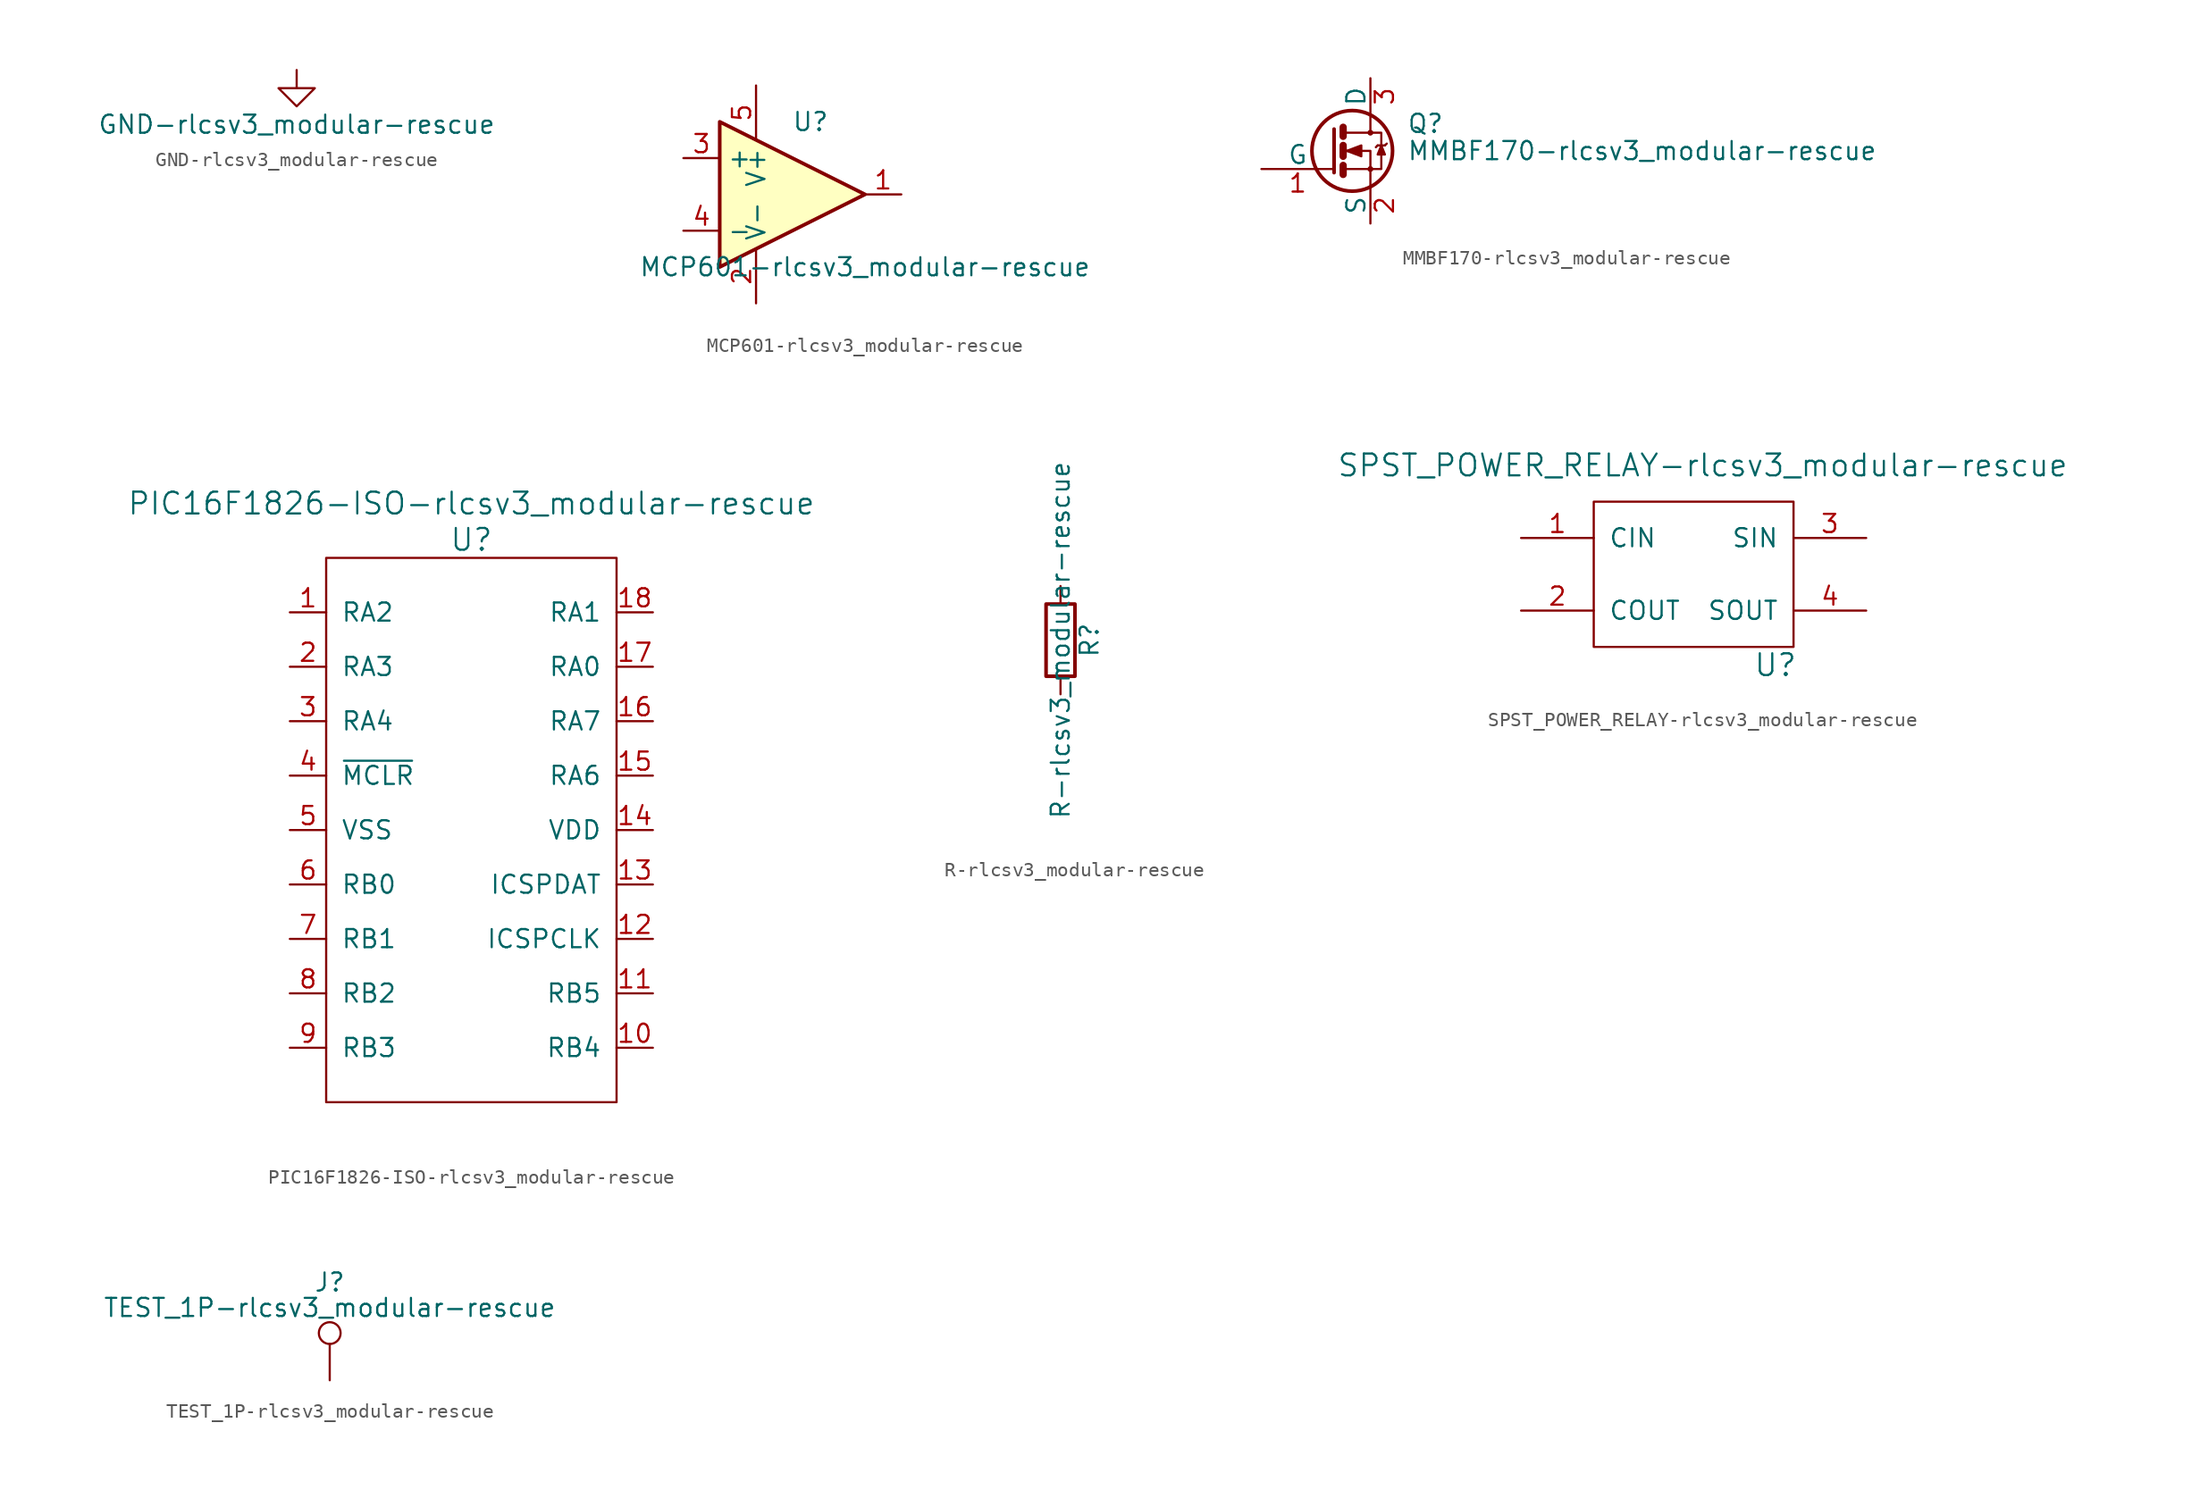
<source format=kicad_sym>
(kicad_symbol_lib
  (version 20211014)
  (generator kicad_symbol_editor)
  (symbol "GND-rlcsv3_modular-rescue"
    (power)
    (pin_names
      (offset 0))
    (property "Reference" "#PWR"
      (at 0 -6.35 0)
      (effects (font (size 1.27 1.27)) hide))
    (property "Value" "GND-rlcsv3_modular-rescue"
      (at 0 -3.81 0)
      (effects (font (size 1.27 1.27))))
    (symbol "GND-rlcsv3_modular-rescue_0_1"
      (polyline (pts (xy 0 0) (xy 0 -1.27) (xy 1.27 -1.27) (xy 0 -2.54) (xy -1.27 -1.27) (xy 0 -1.27)) (stroke (width 0) (type default) (color 0 0 0 0)) (fill (type none))))
    (symbol "GND-rlcsv3_modular-rescue_1_1"
      (pin power_in line (at 0 0 270) (length 0) hide (name "GND" (effects (font (size 1.27 1.27)))) (number "1" (effects (font (size 1.27 1.27)))))))
  (symbol "MCP601-rlcsv3_modular-rescue"
    (property "Reference" "U"
      (at 1.27 5.08 0)
      (effects (font (size 1.27 1.27))))
    (property "Value" "MCP601-rlcsv3_modular-rescue"
      (at 5.08 -5.08 0)
      (effects (font (size 1.27 1.27))))
    (property "Footprint" ""
      (at -1.27 2.54 0)
      (effects (font (size 1.27 1.27))))
    (property "Datasheet" ""
      (at 1.27 5.08 0)
      (effects (font (size 1.27 1.27))))
    (symbol "MCP601-rlcsv3_modular-rescue_0_1"
      (polyline (pts (xy -5.08 5.08) (xy 5.08 0) (xy -5.08 -5.08) (xy -5.08 5.08)) (stroke (width 0.254) (type default) (color 0 0 0 0)) (fill (type background))))
    (symbol "MCP601-rlcsv3_modular-rescue_1_1"
      (pin output line (at 7.62 0 180) (length 2.54) (name "~" (effects (font (size 1.27 1.27)))) (number "1" (effects (font (size 1.27 1.27)))))
      (pin input line (at -2.54 -7.62 90) (length 3.81) (name "V-" (effects (font (size 1.27 1.27)))) (number "2" (effects (font (size 1.27 1.27)))))
      (pin input line (at -7.62 2.54 0) (length 2.54) (name "+" (effects (font (size 1.27 1.27)))) (number "3" (effects (font (size 1.27 1.27)))))
      (pin input line (at -7.62 -2.54 0) (length 2.54) (name "-" (effects (font (size 1.27 1.27)))) (number "4" (effects (font (size 1.27 1.27)))))
      (pin input line (at -2.54 7.62 270) (length 3.81) (name "V+" (effects (font (size 1.27 1.27)))) (number "5" (effects (font (size 1.27 1.27)))))))
  (symbol "MMBF170-rlcsv3_modular-rescue"
    (pin_names
      (offset 0))
    (property "Reference" "Q"
      (at 5.08 1.905 0)
      (effects (font (size 1.27 1.27)) (justify left)))
    (property "Value" "MMBF170-rlcsv3_modular-rescue"
      (at 5.08 0 0)
      (effects (font (size 1.27 1.27)) (justify left)))
    (symbol "MMBF170-rlcsv3_modular-rescue_0_1"
      (polyline (pts (xy 0.635 -1.016) (xy 0.635 -1.651)) (stroke (width 0.508) (type default) (color 0 0 0 0)) (fill (type none)))
      (polyline (pts (xy 0.635 0.381) (xy 0.635 -0.381)) (stroke (width 0.508) (type default) (color 0 0 0 0)) (fill (type none)))
      (polyline (pts (xy 0.635 1.651) (xy 0.635 1.016)) (stroke (width 0.508) (type default) (color 0 0 0 0)) (fill (type none)))
      (polyline (pts (xy 3.048 0.381) (xy 2.921 0.254)) (stroke (width 0) (type default) (color 0 0 0 0)) (fill (type none)))
      (polyline (pts (xy 3.048 0.381) (xy 3.556 0.381)) (stroke (width 0) (type default) (color 0 0 0 0)) (fill (type none)))
      (polyline (pts (xy 3.556 0.381) (xy 3.683 0.508)) (stroke (width 0) (type default) (color 0 0 0 0)) (fill (type none)))
      (polyline (pts (xy 0 1.524) (xy 0 -1.524) (xy 0 -1.524)) (stroke (width 0.254) (type default) (color 0 0 0 0)) (fill (type none)))
      (polyline (pts (xy 0.762 -1.27) (xy 2.54 -1.27) (xy 2.54 -2.54) (xy 2.54 -2.54)) (stroke (width 0) (type default) (color 0 0 0 0)) (fill (type none)))
      (polyline (pts (xy 0.762 1.27) (xy 2.54 1.27) (xy 2.54 2.54) (xy 2.54 2.54)) (stroke (width 0) (type default) (color 0 0 0 0)) (fill (type none)))
      (polyline (pts (xy 2.54 1.27) (xy 3.302 1.27) (xy 3.302 -1.27) (xy 2.54 -1.27)) (stroke (width 0) (type default) (color 0 0 0 0)) (fill (type none)))
      (polyline (pts (xy 3.302 0.381) (xy 3.048 -0.254) (xy 3.556 -0.254) (xy 3.302 0.381)) (stroke (width 0) (type default) (color 0 0 0 0)) (fill (type outline)))
      (polyline (pts (xy 0.762 0) (xy 1.27 0) (xy 2.54 0) (xy 2.54 -1.27) (xy 2.54 -1.27)) (stroke (width 0) (type default) (color 0 0 0 0)) (fill (type none)))
      (polyline (pts (xy 0.889 0) (xy 1.905 0.381) (xy 1.905 -0.381) (xy 0.889 0) (xy 1.016 0) (xy 1.016 0)) (stroke (width 0) (type default) (color 0 0 0 0)) (fill (type outline)))
      (circle (center 1.27 0) (radius 2.819) (stroke (width 0.254) (type default) (color 0 0 0 0)) (fill (type none)))
      (circle (center 2.54 -1.27) (radius 0.127) (stroke (width 0) (type default) (color 0 0 0 0)) (fill (type none)))
      (circle (center 2.54 1.27) (radius 0.127) (stroke (width 0) (type default) (color 0 0 0 0)) (fill (type none))))
    (symbol "MMBF170-rlcsv3_modular-rescue_1_1"
      (pin input line (at -5.08 -1.27 0) (length 5.08) (name "G" (effects (font (size 1.27 1.27)))) (number "1" (effects (font (size 1.27 1.27)))))
      (pin passive line (at 2.54 -5.08 90) (length 2.54) (name "S" (effects (font (size 1.27 1.27)))) (number "2" (effects (font (size 1.27 1.27)))))
      (pin passive line (at 2.54 5.08 270) (length 2.54) (name "D" (effects (font (size 1.27 1.27)))) (number "3" (effects (font (size 1.27 1.27)))))))
  (symbol "PIC16F1826-ISO-rlcsv3_modular-rescue"
    (pin_names
      (offset 1.016))
    (property "Reference" "U"
      (at 0 11.43 0)
      (effects (font (size 1.524 1.524))))
    (property "Value" "PIC16F1826-ISO-rlcsv3_modular-rescue"
      (at 0 13.97 0)
      (effects (font (size 1.524 1.524))))
    (symbol "PIC16F1826-ISO-rlcsv3_modular-rescue_0_1"
      (rectangle (start -10.16 10.16) (end 10.16 -27.94) (stroke (width 0) (type default) (color 0 0 0 0)) (fill (type none))))
    (symbol "PIC16F1826-ISO-rlcsv3_modular-rescue_1_1"
      (pin input line (at -12.7 6.35 0) (length 2.54) (name "RA2" (effects (font (size 1.27 1.27)))) (number "1" (effects (font (size 1.27 1.27)))))
      (pin input line (at 12.7 -24.13 180) (length 2.54) (name "RB4" (effects (font (size 1.27 1.27)))) (number "10" (effects (font (size 1.27 1.27)))))
      (pin input line (at 12.7 -20.32 180) (length 2.54) (name "RB5" (effects (font (size 1.27 1.27)))) (number "11" (effects (font (size 1.27 1.27)))))
      (pin input line (at 12.7 -16.51 180) (length 2.54) (name "ICSPCLK" (effects (font (size 1.27 1.27)))) (number "12" (effects (font (size 1.27 1.27)))))
      (pin input line (at 12.7 -12.7 180) (length 2.54) (name "ICSPDAT" (effects (font (size 1.27 1.27)))) (number "13" (effects (font (size 1.27 1.27)))))
      (pin input line (at 12.7 -8.89 180) (length 2.54) (name "VDD" (effects (font (size 1.27 1.27)))) (number "14" (effects (font (size 1.27 1.27)))))
      (pin input line (at 12.7 -5.08 180) (length 2.54) (name "RA6" (effects (font (size 1.27 1.27)))) (number "15" (effects (font (size 1.27 1.27)))))
      (pin input line (at 12.7 -1.27 180) (length 2.54) (name "RA7" (effects (font (size 1.27 1.27)))) (number "16" (effects (font (size 1.27 1.27)))))
      (pin input line (at 12.7 2.54 180) (length 2.54) (name "RA0" (effects (font (size 1.27 1.27)))) (number "17" (effects (font (size 1.27 1.27)))))
      (pin input line (at 12.7 6.35 180) (length 2.54) (name "RA1" (effects (font (size 1.27 1.27)))) (number "18" (effects (font (size 1.27 1.27)))))
      (pin input line (at -12.7 2.54 0) (length 2.54) (name "RA3" (effects (font (size 1.27 1.27)))) (number "2" (effects (font (size 1.27 1.27)))))
      (pin input line (at -12.7 -1.27 0) (length 2.54) (name "RA4" (effects (font (size 1.27 1.27)))) (number "3" (effects (font (size 1.27 1.27)))))
      (pin input line (at -12.7 -5.08 0) (length 2.54) (name "~{MCLR}" (effects (font (size 1.27 1.27)))) (number "4" (effects (font (size 1.27 1.27)))))
      (pin input line (at -12.7 -8.89 0) (length 2.54) (name "VSS" (effects (font (size 1.27 1.27)))) (number "5" (effects (font (size 1.27 1.27)))))
      (pin input line (at -12.7 -12.7 0) (length 2.54) (name "RB0" (effects (font (size 1.27 1.27)))) (number "6" (effects (font (size 1.27 1.27)))))
      (pin input line (at -12.7 -16.51 0) (length 2.54) (name "RB1" (effects (font (size 1.27 1.27)))) (number "7" (effects (font (size 1.27 1.27)))))
      (pin input line (at -12.7 -20.32 0) (length 2.54) (name "RB2" (effects (font (size 1.27 1.27)))) (number "8" (effects (font (size 1.27 1.27)))))
      (pin input line (at -12.7 -24.13 0) (length 2.54) (name "RB3" (effects (font (size 1.27 1.27)))) (number "9" (effects (font (size 1.27 1.27)))))))
  (symbol "R-rlcsv3_modular-rescue"
    (pin_numbers hide)
    (pin_names
      (offset 0))
    (property "Reference" "R"
      (at 2.032 0 90)
      (effects (font (size 1.27 1.27))))
    (property "Value" "R-rlcsv3_modular-rescue"
      (at 0 0 90)
      (effects (font (size 1.27 1.27))))
    (symbol "R-rlcsv3_modular-rescue_0_1"
      (rectangle (start -1.016 -2.54) (end 1.016 2.54) (stroke (width 0.254) (type default) (color 0 0 0 0)) (fill (type none))))
    (symbol "R-rlcsv3_modular-rescue_1_1"
      (pin passive line (at 0 3.81 270) (length 1.27) (name "~" (effects (font (size 1.27 1.27)))) (number "1" (effects (font (size 1.27 1.27)))))
      (pin passive line (at 0 -3.81 90) (length 1.27) (name "~" (effects (font (size 1.27 1.27)))) (number "2" (effects (font (size 1.27 1.27)))))))
  (symbol "SPST_POWER_RELAY-rlcsv3_modular-rescue"
    (pin_names
      (offset 1.016))
    (property "Reference" "U"
      (at 5.08 -13.97 0)
      (effects (font (size 1.524 1.524))))
    (property "Value" "SPST_POWER_RELAY-rlcsv3_modular-rescue"
      (at 0 0 0)
      (effects (font (size 1.524 1.524))))
    (symbol "SPST_POWER_RELAY-rlcsv3_modular-rescue_0_1"
      (rectangle (start -7.62 -2.54) (end 6.35 -12.7) (stroke (width 0) (type default) (color 0 0 0 0)) (fill (type none))))
    (symbol "SPST_POWER_RELAY-rlcsv3_modular-rescue_1_1"
      (pin input line (at -12.7 -5.08 0) (length 5.08) (name "CIN" (effects (font (size 1.27 1.27)))) (number "1" (effects (font (size 1.27 1.27)))))
      (pin output line (at -12.7 -10.16 0) (length 5.08) (name "COUT" (effects (font (size 1.27 1.27)))) (number "2" (effects (font (size 1.27 1.27)))))
      (pin input line (at 11.43 -5.08 180) (length 5.08) (name "SIN" (effects (font (size 1.27 1.27)))) (number "3" (effects (font (size 1.27 1.27)))))
      (pin output line (at 11.43 -10.16 180) (length 5.08) (name "SOUT" (effects (font (size 1.27 1.27)))) (number "4" (effects (font (size 1.27 1.27)))))))
  (symbol "TEST_1P-rlcsv3_modular-rescue"
    (pin_numbers hide)
    (pin_names
      (offset 0.762) hide)
    (property "Reference" "J"
      (at 0 6.858 0)
      (effects (font (size 1.27 1.27))))
    (property "Value" "TEST_1P-rlcsv3_modular-rescue"
      (at 0 5.08 0)
      (effects (font (size 1.27 1.27))))
    (symbol "TEST_1P-rlcsv3_modular-rescue_0_1"
      (circle (center 0 3.302) (radius 0.762) (stroke (width 0) (type default) (color 0 0 0 0)) (fill (type none))))
    (symbol "TEST_1P-rlcsv3_modular-rescue_1_1"
      (pin passive line (at 0 0 90) (length 2.54) (name "1" (effects (font (size 1.27 1.27)))) (number "1" (effects (font (size 1.27 1.27))))))))
</source>
